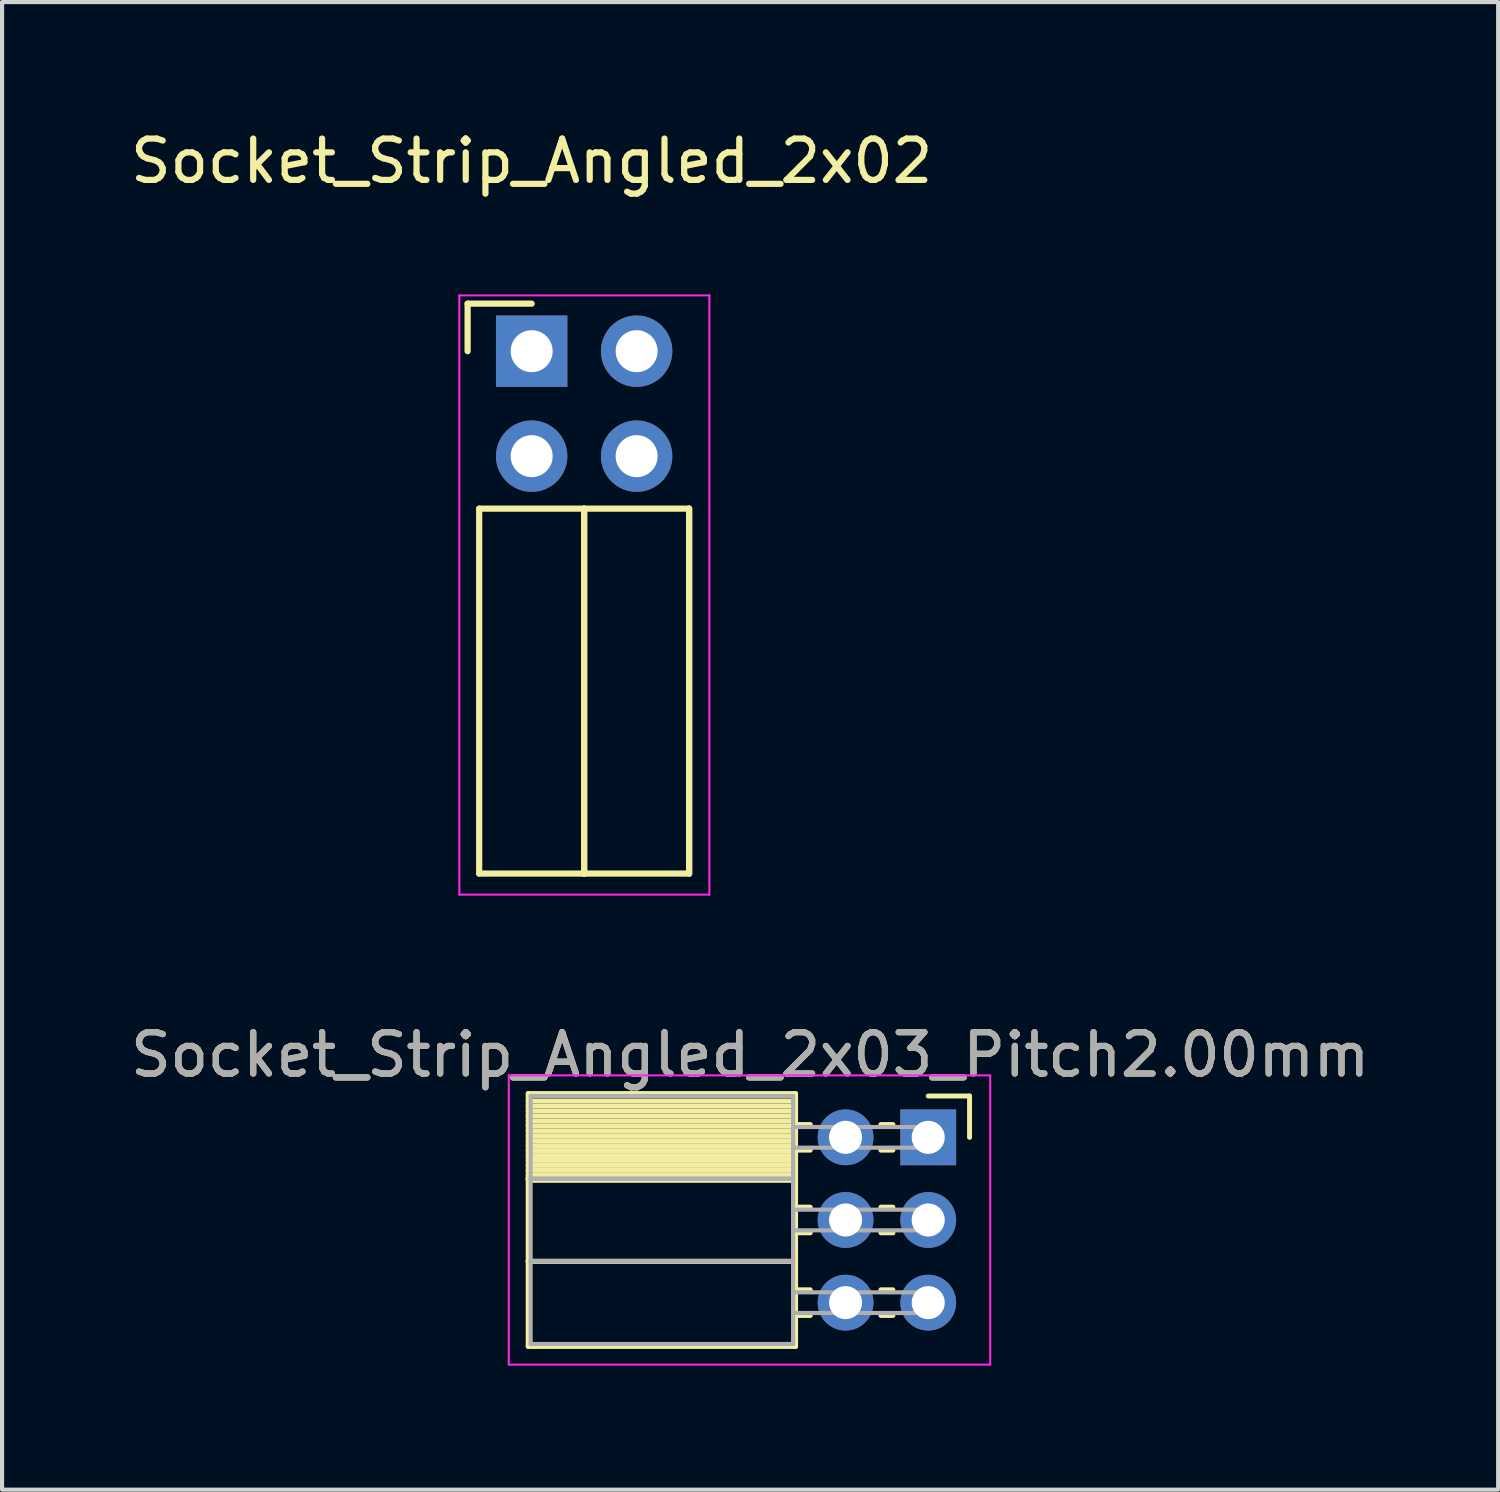
<source format=kicad_pcb>
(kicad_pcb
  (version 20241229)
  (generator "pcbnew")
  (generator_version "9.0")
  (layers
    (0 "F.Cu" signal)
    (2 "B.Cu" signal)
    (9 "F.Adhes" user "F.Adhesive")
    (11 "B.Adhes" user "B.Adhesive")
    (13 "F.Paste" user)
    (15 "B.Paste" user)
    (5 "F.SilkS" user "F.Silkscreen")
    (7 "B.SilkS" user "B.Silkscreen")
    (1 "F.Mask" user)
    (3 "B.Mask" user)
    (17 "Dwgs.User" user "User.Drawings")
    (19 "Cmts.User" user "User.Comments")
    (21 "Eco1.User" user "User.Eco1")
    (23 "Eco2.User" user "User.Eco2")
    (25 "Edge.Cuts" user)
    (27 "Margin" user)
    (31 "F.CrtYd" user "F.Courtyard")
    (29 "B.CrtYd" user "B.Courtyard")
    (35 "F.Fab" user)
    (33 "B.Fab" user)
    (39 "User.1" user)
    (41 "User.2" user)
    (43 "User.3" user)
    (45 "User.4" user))
  (footprint "Socket_Strip_Angled_2x02"
    (layer "F.Cu")
    (at 9.815 5.448)
    (property "Reference" "Socket_Strip_Angled_2x02" (at 0 -4.6 0) (layer "F.SilkS") (effects (font (size 1 1) (thickness 0.15))))
    (attr through_hole)
    (fp_line (start -1.55 -1.15) (end -1.55 0) (stroke (width 0.15) (type solid)) (layer "F.SilkS"))
    (fp_line (start -1.27 3.81) (end -1.27 12.64) (stroke (width 0.15) (type solid)) (layer "F.SilkS"))
    (fp_line (start -1.27 3.81) (end 1.27 3.81) (stroke (width 0.15) (type solid)) (layer "F.SilkS"))
    (fp_line (start -1.27 12.64) (end 1.27 12.64) (stroke (width 0.15) (type solid)) (layer "F.SilkS"))
    (fp_line (start 0 -1.15) (end -1.55 -1.15) (stroke (width 0.15) (type solid)) (layer "F.SilkS"))
    (fp_line (start 1.27 3.81) (end 1.27 12.64) (stroke (width 0.15) (type solid)) (layer "F.SilkS"))
    (fp_line (start 1.27 3.81) (end 3.81 3.81) (stroke (width 0.15) (type solid)) (layer "F.SilkS"))
    (fp_line (start 1.27 12.64) (end 1.27 3.81) (stroke (width 0.15) (type solid)) (layer "F.SilkS"))
    (fp_line (start 1.27 12.64) (end 3.81 12.64) (stroke (width 0.15) (type solid)) (layer "F.SilkS"))
    (fp_line (start 3.81 3.81) (end 3.81 12.64) (stroke (width 0.15) (type solid)) (layer "F.SilkS"))
    (fp_line (start 3.81 12.64) (end 3.81 3.81) (stroke (width 0.15) (type solid)) (layer "F.SilkS"))
    (fp_line (start -1.75 -1.35) (end -1.75 13.15) (stroke (width 0.05) (type solid)) (layer "F.CrtYd"))
    (fp_line (start -1.75 -1.35) (end 4.3 -1.35) (stroke (width 0.05) (type solid)) (layer "F.CrtYd"))
    (fp_line (start -1.75 13.15) (end 4.3 13.15) (stroke (width 0.05) (type solid)) (layer "F.CrtYd"))
    (fp_line (start 4.3 -1.35) (end 4.3 13.15) (stroke (width 0.05) (type solid)) (layer "F.CrtYd"))
    (pad "1" thru_hole rect (at 0 0) (size 1.727 1.727) (drill 1.016) (layers "*.Cu" "*.Mask"))
    (pad "2" thru_hole oval (at 0 2.54) (size 1.727 1.727) (drill 1.016) (layers "*.Cu" "*.Mask"))
    (pad "3" thru_hole oval (at 2.54 0) (size 1.727 1.727) (drill 1.016) (layers "*.Cu" "*.Mask"))
    (pad "4" thru_hole oval (at 2.54 2.54) (size 1.727 1.727) (drill 1.016) (layers "*.Cu" "*.Mask")))
  (footprint "Socket_Strip_Angled_2x03_Pitch2.00mm"
    (layer "F.Cu")
    (at 19.411 24.471)
    (property "Reference" "Socket_Strip_Angled_2x03_Pitch2.00mm" (at -4.31 -2 0) (layer "F.SilkS") (effects (font (size 1 1) (thickness 0.15))))
    (attr through_hole)
    (fp_line (start -9.68 -1.06) (end -3.21 -1.06) (stroke (width 0.12) (type solid)) (layer "F.SilkS"))
    (fp_line (start -9.68 1) (end -9.68 -1.06) (stroke (width 0.12) (type solid)) (layer "F.SilkS"))
    (fp_line (start -9.68 1) (end -3.21 1) (stroke (width 0.12) (type solid)) (layer "F.SilkS"))
    (fp_line (start -9.68 3) (end -9.68 1) (stroke (width 0.12) (type solid)) (layer "F.SilkS"))
    (fp_line (start -9.68 3) (end -3.21 3) (stroke (width 0.12) (type solid)) (layer "F.SilkS"))
    (fp_line (start -9.68 5.06) (end -9.68 3) (stroke (width 0.12) (type solid)) (layer "F.SilkS"))
    (fp_line (start -3.21 -1.06) (end -3.21 1) (stroke (width 0.12) (type solid)) (layer "F.SilkS"))
    (fp_line (start -3.21 -0.88) (end -9.68 -0.88) (stroke (width 0.12) (type solid)) (layer "F.SilkS"))
    (fp_line (start -3.21 -0.76) (end -9.68 -0.76) (stroke (width 0.12) (type solid)) (layer "F.SilkS"))
    (fp_line (start -3.21 -0.64) (end -9.68 -0.64) (stroke (width 0.12) (type solid)) (layer "F.SilkS"))
    (fp_line (start -3.21 -0.52) (end -9.68 -0.52) (stroke (width 0.12) (type solid)) (layer "F.SilkS"))
    (fp_line (start -3.21 -0.4) (end -9.68 -0.4) (stroke (width 0.12) (type solid)) (layer "F.SilkS"))
    (fp_line (start -3.21 -0.28) (end -9.68 -0.28) (stroke (width 0.12) (type solid)) (layer "F.SilkS"))
    (fp_line (start -3.21 -0.16) (end -9.68 -0.16) (stroke (width 0.12) (type solid)) (layer "F.SilkS"))
    (fp_line (start -3.21 -0.04) (end -9.68 -0.04) (stroke (width 0.12) (type solid)) (layer "F.SilkS"))
    (fp_line (start -3.21 0.08) (end -9.68 0.08) (stroke (width 0.12) (type solid)) (layer "F.SilkS"))
    (fp_line (start -3.21 0.2) (end -9.68 0.2) (stroke (width 0.12) (type solid)) (layer "F.SilkS"))
    (fp_line (start -3.21 0.32) (end -9.68 0.32) (stroke (width 0.12) (type solid)) (layer "F.SilkS"))
    (fp_line (start -3.21 0.44) (end -9.68 0.44) (stroke (width 0.12) (type solid)) (layer "F.SilkS"))
    (fp_line (start -3.21 0.56) (end -9.68 0.56) (stroke (width 0.12) (type solid)) (layer "F.SilkS"))
    (fp_line (start -3.21 0.68) (end -9.68 0.68) (stroke (width 0.12) (type solid)) (layer "F.SilkS"))
    (fp_line (start -3.21 0.8) (end -9.68 0.8) (stroke (width 0.12) (type solid)) (layer "F.SilkS"))
    (fp_line (start -3.21 0.92) (end -9.68 0.92) (stroke (width 0.12) (type solid)) (layer "F.SilkS"))
    (fp_line (start -3.21 1) (end -9.68 1) (stroke (width 0.12) (type solid)) (layer "F.SilkS"))
    (fp_line (start -3.21 1) (end -3.21 3) (stroke (width 0.12) (type solid)) (layer "F.SilkS"))
    (fp_line (start -3.21 1.04) (end -9.68 1.04) (stroke (width 0.12) (type solid)) (layer "F.SilkS"))
    (fp_line (start -3.21 3) (end -9.68 3) (stroke (width 0.12) (type solid)) (layer "F.SilkS"))
    (fp_line (start -3.21 3) (end -3.21 5.06) (stroke (width 0.12) (type solid)) (layer "F.SilkS"))
    (fp_line (start -3.21 5.06) (end -9.68 5.06) (stroke (width 0.12) (type solid)) (layer "F.SilkS"))
    (fp_line (start -2.855 -0.31) (end -3.21 -0.31) (stroke (width 0.12) (type solid)) (layer "F.SilkS"))
    (fp_line (start -2.855 0.31) (end -3.21 0.31) (stroke (width 0.12) (type solid)) (layer "F.SilkS"))
    (fp_line (start -2.855 1.69) (end -3.21 1.69) (stroke (width 0.12) (type solid)) (layer "F.SilkS"))
    (fp_line (start -2.855 2.31) (end -3.21 2.31) (stroke (width 0.12) (type solid)) (layer "F.SilkS"))
    (fp_line (start -2.855 3.69) (end -3.21 3.69) (stroke (width 0.12) (type solid)) (layer "F.SilkS"))
    (fp_line (start -2.855 4.31) (end -3.21 4.31) (stroke (width 0.12) (type solid)) (layer "F.SilkS"))
    (fp_line (start -0.855 -0.31) (end -1.145 -0.31) (stroke (width 0.12) (type solid)) (layer "F.SilkS"))
    (fp_line (start -0.855 0.31) (end -1.145 0.31) (stroke (width 0.12) (type solid)) (layer "F.SilkS"))
    (fp_line (start -0.855 1.69) (end -1.145 1.69) (stroke (width 0.12) (type solid)) (layer "F.SilkS"))
    (fp_line (start -0.855 2.31) (end -1.145 2.31) (stroke (width 0.12) (type solid)) (layer "F.SilkS"))
    (fp_line (start -0.855 3.69) (end -1.145 3.69) (stroke (width 0.12) (type solid)) (layer "F.SilkS"))
    (fp_line (start -0.855 4.31) (end -1.145 4.31) (stroke (width 0.12) (type solid)) (layer "F.SilkS"))
    (fp_line (start 0 -1) (end 1 -1) (stroke (width 0.12) (type solid)) (layer "F.SilkS"))
    (fp_line (start 1 -1) (end 1 0) (stroke (width 0.12) (type solid)) (layer "F.SilkS"))
    (fp_line (start -10.15 -1.5) (end 1.5 -1.5) (stroke (width 0.05) (type solid)) (layer "F.CrtYd"))
    (fp_line (start -10.15 5.5) (end -10.15 -1.5) (stroke (width 0.05) (type solid)) (layer "F.CrtYd"))
    (fp_line (start 1.5 -1.5) (end 1.5 5.5) (stroke (width 0.05) (type solid)) (layer "F.CrtYd"))
    (fp_line (start 1.5 5.5) (end -10.15 5.5) (stroke (width 0.05) (type solid)) (layer "F.CrtYd"))
    (fp_line (start -9.62 -1) (end -3.27 -1) (stroke (width 0.1) (type solid)) (layer "F.Fab"))
    (fp_line (start -9.62 1) (end -9.62 -1) (stroke (width 0.1) (type solid)) (layer "F.Fab"))
    (fp_line (start -9.62 1) (end -3.27 1) (stroke (width 0.1) (type solid)) (layer "F.Fab"))
    (fp_line (start -9.62 3) (end -9.62 1) (stroke (width 0.1) (type solid)) (layer "F.Fab"))
    (fp_line (start -9.62 3) (end -3.27 3) (stroke (width 0.1) (type solid)) (layer "F.Fab"))
    (fp_line (start -9.62 5) (end -9.62 3) (stroke (width 0.1) (type solid)) (layer "F.Fab"))
    (fp_line (start -3.27 -1) (end -3.27 1) (stroke (width 0.1) (type solid)) (layer "F.Fab"))
    (fp_line (start -3.27 -0.25) (end 0 -0.25) (stroke (width 0.1) (type solid)) (layer "F.Fab"))
    (fp_line (start -3.27 0.25) (end -3.27 -0.25) (stroke (width 0.1) (type solid)) (layer "F.Fab"))
    (fp_line (start -3.27 1) (end -9.62 1) (stroke (width 0.1) (type solid)) (layer "F.Fab"))
    (fp_line (start -3.27 1) (end -3.27 3) (stroke (width 0.1) (type solid)) (layer "F.Fab"))
    (fp_line (start -3.27 1.75) (end 0 1.75) (stroke (width 0.1) (type solid)) (layer "F.Fab"))
    (fp_line (start -3.27 2.25) (end -3.27 1.75) (stroke (width 0.1) (type solid)) (layer "F.Fab"))
    (fp_line (start -3.27 3) (end -9.62 3) (stroke (width 0.1) (type solid)) (layer "F.Fab"))
    (fp_line (start -3.27 3) (end -3.27 5) (stroke (width 0.1) (type solid)) (layer "F.Fab"))
    (fp_line (start -3.27 3.75) (end 0 3.75) (stroke (width 0.1) (type solid)) (layer "F.Fab"))
    (fp_line (start -3.27 4.25) (end -3.27 3.75) (stroke (width 0.1) (type solid)) (layer "F.Fab"))
    (fp_line (start -3.27 5) (end -9.62 5) (stroke (width 0.1) (type solid)) (layer "F.Fab"))
    (fp_line (start 0 -0.25) (end 0 0.25) (stroke (width 0.1) (type solid)) (layer "F.Fab"))
    (fp_line (start 0 0.25) (end -3.27 0.25) (stroke (width 0.1) (type solid)) (layer "F.Fab"))
    (fp_line (start 0 1.75) (end 0 2.25) (stroke (width 0.1) (type solid)) (layer "F.Fab"))
    (fp_line (start 0 2.25) (end -3.27 2.25) (stroke (width 0.1) (type solid)) (layer "F.Fab"))
    (fp_line (start 0 3.75) (end 0 4.25) (stroke (width 0.1) (type solid)) (layer "F.Fab"))
    (fp_line (start 0 4.25) (end -3.27 4.25) (stroke (width 0.1) (type solid)) (layer "F.Fab"))
    (fp_text user "${REFERENCE}" (at -4.31 -2 0) (layer "F.Fab") (effects (font (size 1 1) (thickness 0.15))))
    (pad "1" thru_hole rect (at 0 0) (size 1.35 1.35) (drill 0.8) (layers "*.Cu" "*.Mask"))
    (pad "2" thru_hole oval (at -2 0) (size 1.35 1.35) (drill 0.8) (layers "*.Cu" "*.Mask"))
    (pad "3" thru_hole oval (at 0 2) (size 1.35 1.35) (drill 0.8) (layers "*.Cu" "*.Mask"))
    (pad "4" thru_hole oval (at -2 2) (size 1.35 1.35) (drill 0.8) (layers "*.Cu" "*.Mask"))
    (pad "5" thru_hole oval (at 0 4) (size 1.35 1.35) (drill 0.8) (layers "*.Cu" "*.Mask"))
    (pad "6" thru_hole oval (at -2 4) (size 1.35 1.35) (drill 0.8) (layers "*.Cu" "*.Mask")))
  (gr_rect
    (start -3 -3)
    (end 33.202 32.996)
    (stroke (width 0.1) (type default))
    (fill no)
    (layer "Edge.Cuts")))
</source>
